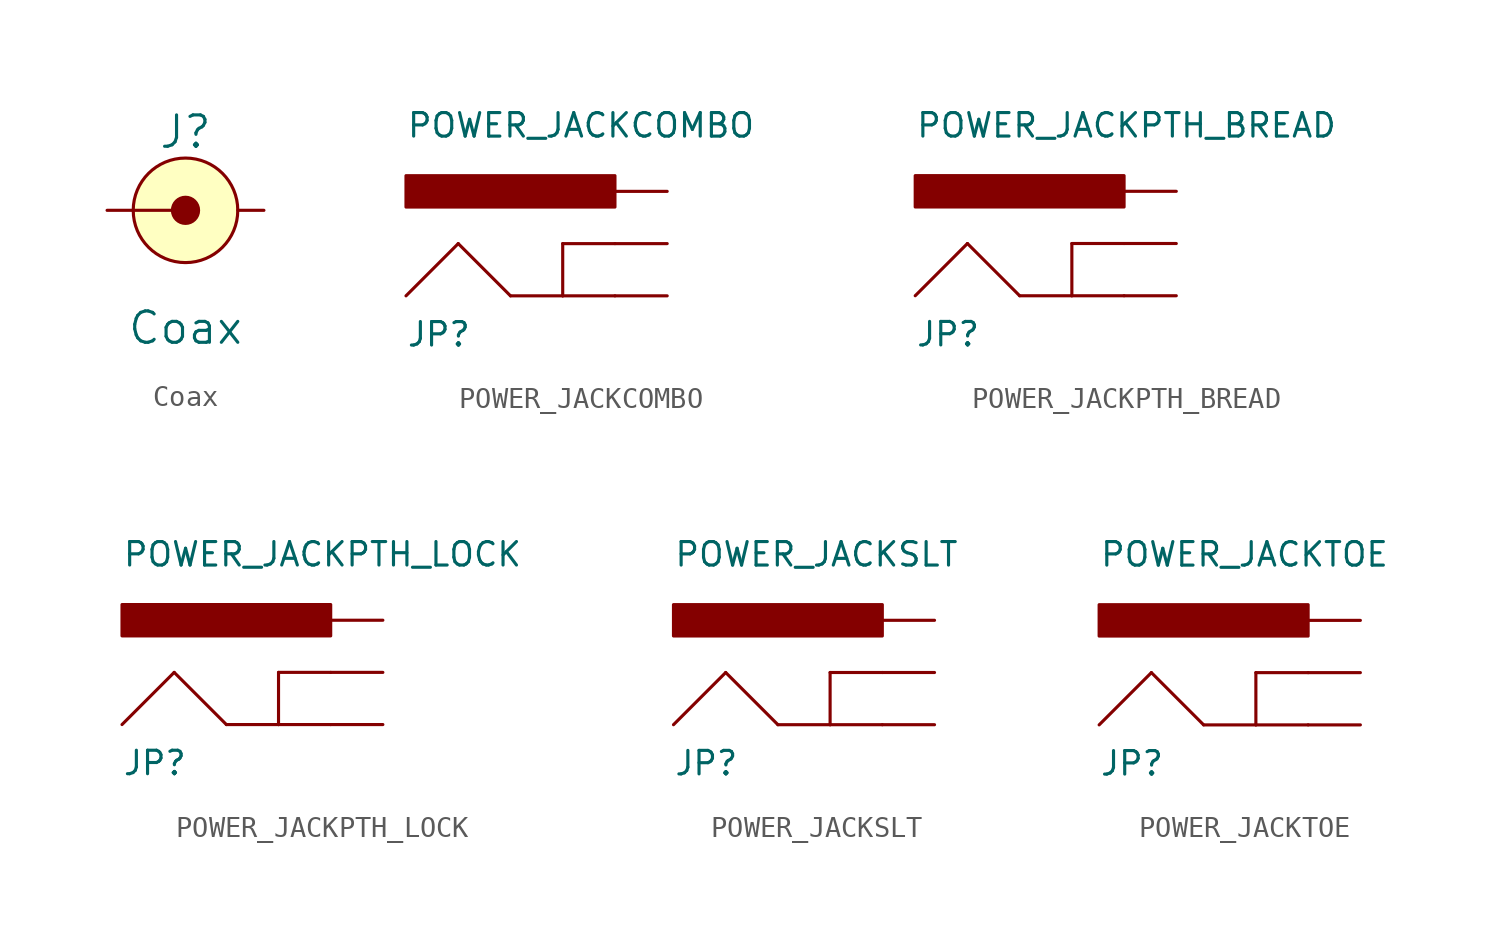
<source format=kicad_sym>
(kicad_symbol_lib
  (version 20241209)
  (generator "kicad_symbol_editor")
  (generator_version "9.0")
  (symbol "Coax"
    (pin_numbers
      (hide yes))
    (pin_names
      (offset 1.016)
      (hide yes))
    (property "Reference" "J"
      (at 0 3.81 0)
      (effects (font (size 1.524 1.524))))
    (property "Value" "Coax"
      (at 0 -5.715 0)
      (effects (font (size 1.524 1.524))))
    (symbol "Coax_0_1"
      (polyline (pts (xy -2.54 0) (xy 0 0)) (stroke (width 0) (type default)) (fill (type none)))
      (circle (center 0 0) (radius 0.635) (stroke (width 0) (type default)) (fill (type outline)))
      (circle (center 0 0) (radius 2.54) (stroke (width 0) (type default)) (fill (type background))))
    (symbol "Coax_1_1"
      (pin passive line (at -3.81 0 0) (length 1.27) (name "~" (effects (font (size 1.27 1.27)))) (number "1" (effects (font (size 1.27 1.27)))))
      (pin passive line (at 3.81 0 180) (length 1.27) (name "~" (effects (font (size 1.27 1.27)))) (number "2" (effects (font (size 1.27 1.27)))))))
  (symbol "POWER_JACKCOMBO"
    (pin_numbers
      (hide yes))
    (pin_names
      (offset 1.016)
      (hide yes))
    (property "Reference" "JP"
      (at -10.16 0 0)
      (effects (font (size 1.143 1.143)) (justify left bottom)))
    (property "Value" "POWER_JACKCOMBO"
      (at -10.16 10.16 0)
      (effects (font (size 1.143 1.143)) (justify left bottom)))
    (property "Datasheet" ""
      (at 0 0 0)
      (effects (font (size 1.524 1.524))))
    (property "ki_locked" ""
      (at 0 0 0)
      (effects (font (size 1.27 1.27))))
    (symbol "POWER_JACKCOMBO_1_0"
      (polyline (pts (xy -10.16 2.54) (xy -7.62 5.08)) (stroke (width 0) (type default)) (fill (type none)))
      (polyline (pts (xy -7.62 5.08) (xy -5.08 2.54)) (stroke (width 0) (type default)) (fill (type none)))
      (polyline (pts (xy -5.08 2.54) (xy -2.54 2.54)) (stroke (width 0) (type default)) (fill (type none)))
      (polyline (pts (xy -2.54 5.08) (xy 0 5.08)) (stroke (width 0) (type default)) (fill (type none)))
      (polyline (pts (xy -2.54 2.54) (xy -2.54 5.08)) (stroke (width 0) (type default)) (fill (type none)))
      (polyline (pts (xy -2.54 2.54) (xy 0 2.54)) (stroke (width 0) (type default)) (fill (type none))))
    (symbol "POWER_JACKCOMBO_1_1"
      (rectangle (start -10.16 6.858) (end 0 8.382) (stroke (width 0) (type default)) (fill (type outline)))
      (pin bidirectional line (at 2.54 7.62 180) (length 2.54) (name "PWR" (effects (font (size 1.016 1.016)))) (number "POWE" (effects (font (size 1.016 1.016)))))
      (pin bidirectional line (at 2.54 5.08 180) (length 2.54) (name "GNDBREAK" (effects (font (size 1.016 1.016)))) (number "GND" (effects (font (size 1.016 1.016)))))
      (pin bidirectional line (at 2.54 2.54 180) (length 2.54) (name "GND" (effects (font (size 1.016 1.016)))) (number "GND@" (effects (font (size 1.016 1.016)))))))
  (symbol "POWER_JACKPTH_BREAD"
    (pin_numbers
      (hide yes))
    (pin_names
      (offset 1.016)
      (hide yes))
    (property "Reference" "JP"
      (at -10.16 0 0)
      (effects (font (size 1.143 1.143)) (justify left bottom)))
    (property "Value" "POWER_JACKPTH_BREAD"
      (at -10.16 10.16 0)
      (effects (font (size 1.143 1.143)) (justify left bottom)))
    (property "Datasheet" ""
      (at 0 0 0)
      (effects (font (size 1.524 1.524))))
    (property "ki_locked" ""
      (at 0 0 0)
      (effects (font (size 1.27 1.27))))
    (symbol "POWER_JACKPTH_BREAD_1_0"
      (polyline (pts (xy -10.16 2.54) (xy -7.62 5.08)) (stroke (width 0) (type default)) (fill (type none)))
      (polyline (pts (xy -7.62 5.08) (xy -5.08 2.54)) (stroke (width 0) (type default)) (fill (type none)))
      (polyline (pts (xy -5.08 2.54) (xy -2.54 2.54)) (stroke (width 0) (type default)) (fill (type none)))
      (polyline (pts (xy -2.54 5.08) (xy 0 5.08)) (stroke (width 0) (type default)) (fill (type none)))
      (polyline (pts (xy -2.54 2.54) (xy -2.54 5.08)) (stroke (width 0) (type default)) (fill (type none)))
      (polyline (pts (xy -2.54 2.54) (xy 0 2.54)) (stroke (width 0) (type default)) (fill (type none))))
    (symbol "POWER_JACKPTH_BREAD_1_1"
      (rectangle (start -10.16 6.858) (end 0 8.382) (stroke (width 0) (type default)) (fill (type outline)))
      (pin bidirectional line (at 2.54 7.62 180) (length 2.54) (name "PWR" (effects (font (size 1.016 1.016)))) (number "PWR" (effects (font (size 1.016 1.016)))))
      (pin bidirectional line (at 2.54 5.08 180) (length 2.54) (name "GNDBREAK" (effects (font (size 1.016 1.016)))) (number "GNDB" (effects (font (size 1.016 1.016)))))
      (pin bidirectional line (at 2.54 2.54 180) (length 2.54) (name "GND" (effects (font (size 1.016 1.016)))) (number "GND" (effects (font (size 1.016 1.016)))))))
  (symbol "POWER_JACKPTH_LOCK"
    (pin_numbers
      (hide yes))
    (pin_names
      (offset 1.016)
      (hide yes))
    (property "Reference" "JP"
      (at -10.16 0 0)
      (effects (font (size 1.143 1.143)) (justify left bottom)))
    (property "Value" "POWER_JACKPTH_LOCK"
      (at -10.16 10.16 0)
      (effects (font (size 1.143 1.143)) (justify left bottom)))
    (property "Datasheet" ""
      (at 0 0 0)
      (effects (font (size 1.524 1.524))))
    (property "ki_locked" ""
      (at 0 0 0)
      (effects (font (size 1.27 1.27))))
    (symbol "POWER_JACKPTH_LOCK_1_0"
      (polyline (pts (xy -10.16 2.54) (xy -7.62 5.08)) (stroke (width 0) (type default)) (fill (type none)))
      (polyline (pts (xy -7.62 5.08) (xy -5.08 2.54)) (stroke (width 0) (type default)) (fill (type none)))
      (polyline (pts (xy -5.08 2.54) (xy -2.54 2.54)) (stroke (width 0) (type default)) (fill (type none)))
      (polyline (pts (xy -2.54 5.08) (xy 0 5.08)) (stroke (width 0) (type default)) (fill (type none)))
      (polyline (pts (xy -2.54 2.54) (xy -2.54 5.08)) (stroke (width 0) (type default)) (fill (type none)))
      (polyline (pts (xy -2.54 2.54) (xy 0 2.54)) (stroke (width 0) (type default)) (fill (type none))))
    (symbol "POWER_JACKPTH_LOCK_1_1"
      (rectangle (start -10.16 6.858) (end 0 8.382) (stroke (width 0) (type default)) (fill (type outline)))
      (pin bidirectional line (at 2.54 7.62 180) (length 2.54) (name "PWR" (effects (font (size 1.016 1.016)))) (number "PWR" (effects (font (size 1.016 1.016)))))
      (pin bidirectional line (at 2.54 5.08 180) (length 2.54) (name "GNDBREAK" (effects (font (size 1.016 1.016)))) (number "GNDB" (effects (font (size 1.016 1.016)))))
      (pin bidirectional line (at 2.54 2.54 180) (length 2.54) (name "GND" (effects (font (size 1.016 1.016)))) (number "GND" (effects (font (size 1.016 1.016)))))))
  (symbol "POWER_JACKSLT"
    (pin_numbers
      (hide yes))
    (pin_names
      (offset 1.016)
      (hide yes))
    (property "Reference" "JP"
      (at -10.16 0 0)
      (effects (font (size 1.143 1.143)) (justify left bottom)))
    (property "Value" "POWER_JACKSLT"
      (at -10.16 10.16 0)
      (effects (font (size 1.143 1.143)) (justify left bottom)))
    (property "Datasheet" ""
      (at 0 0 0)
      (effects (font (size 1.524 1.524))))
    (property "ki_locked" ""
      (at 0 0 0)
      (effects (font (size 1.27 1.27))))
    (symbol "POWER_JACKSLT_1_0"
      (polyline (pts (xy -10.16 2.54) (xy -7.62 5.08)) (stroke (width 0) (type default)) (fill (type none)))
      (polyline (pts (xy -7.62 5.08) (xy -5.08 2.54)) (stroke (width 0) (type default)) (fill (type none)))
      (polyline (pts (xy -5.08 2.54) (xy -2.54 2.54)) (stroke (width 0) (type default)) (fill (type none)))
      (polyline (pts (xy -2.54 5.08) (xy 0 5.08)) (stroke (width 0) (type default)) (fill (type none)))
      (polyline (pts (xy -2.54 2.54) (xy -2.54 5.08)) (stroke (width 0) (type default)) (fill (type none)))
      (polyline (pts (xy -2.54 2.54) (xy 0 2.54)) (stroke (width 0) (type default)) (fill (type none))))
    (symbol "POWER_JACKSLT_1_1"
      (rectangle (start -10.16 6.858) (end 0 8.382) (stroke (width 0) (type default)) (fill (type outline)))
      (pin bidirectional line (at 2.54 7.62 180) (length 2.54) (name "PWR" (effects (font (size 1.016 1.016)))) (number "PWR" (effects (font (size 1.016 1.016)))))
      (pin bidirectional line (at 2.54 5.08 180) (length 2.54) (name "GNDBREAK" (effects (font (size 1.016 1.016)))) (number "GND@" (effects (font (size 1.016 1.016)))))
      (pin bidirectional line (at 2.54 2.54 180) (length 2.54) (name "GND" (effects (font (size 1.016 1.016)))) (number "GND@" (effects (font (size 1.016 1.016)))))))
  (symbol "POWER_JACKTOE"
    (pin_numbers
      (hide yes))
    (pin_names
      (offset 1.016)
      (hide yes))
    (property "Reference" "JP"
      (at -10.16 0 0)
      (effects (font (size 1.143 1.143)) (justify left bottom)))
    (property "Value" "POWER_JACKTOE"
      (at -10.16 10.16 0)
      (effects (font (size 1.143 1.143)) (justify left bottom)))
    (property "Datasheet" ""
      (at 0 0 0)
      (effects (font (size 1.524 1.524))))
    (property "ki_locked" ""
      (at 0 0 0)
      (effects (font (size 1.27 1.27))))
    (symbol "POWER_JACKTOE_1_0"
      (polyline (pts (xy -10.16 2.54) (xy -7.62 5.08)) (stroke (width 0) (type default)) (fill (type none)))
      (polyline (pts (xy -7.62 5.08) (xy -5.08 2.54)) (stroke (width 0) (type default)) (fill (type none)))
      (polyline (pts (xy -5.08 2.54) (xy -2.54 2.54)) (stroke (width 0) (type default)) (fill (type none)))
      (polyline (pts (xy -2.54 5.08) (xy 0 5.08)) (stroke (width 0) (type default)) (fill (type none)))
      (polyline (pts (xy -2.54 2.54) (xy -2.54 5.08)) (stroke (width 0) (type default)) (fill (type none)))
      (polyline (pts (xy -2.54 2.54) (xy 0 2.54)) (stroke (width 0) (type default)) (fill (type none))))
    (symbol "POWER_JACKTOE_1_1"
      (rectangle (start -10.16 6.858) (end 0 8.382) (stroke (width 0) (type default)) (fill (type outline)))
      (pin bidirectional line (at 2.54 7.62 180) (length 2.54) (name "PWR" (effects (font (size 1.016 1.016)))) (number "VIN0" (effects (font (size 1.016 1.016)))))
      (pin bidirectional line (at 2.54 5.08 180) (length 2.54) (name "GNDBREAK" (effects (font (size 1.016 1.016)))) (number "GND" (effects (font (size 1.016 1.016)))))
      (pin bidirectional line (at 2.54 2.54 180) (length 2.54) (name "GND" (effects (font (size 1.016 1.016)))) (number "P$4" (effects (font (size 1.016 1.016))))))))
</source>
